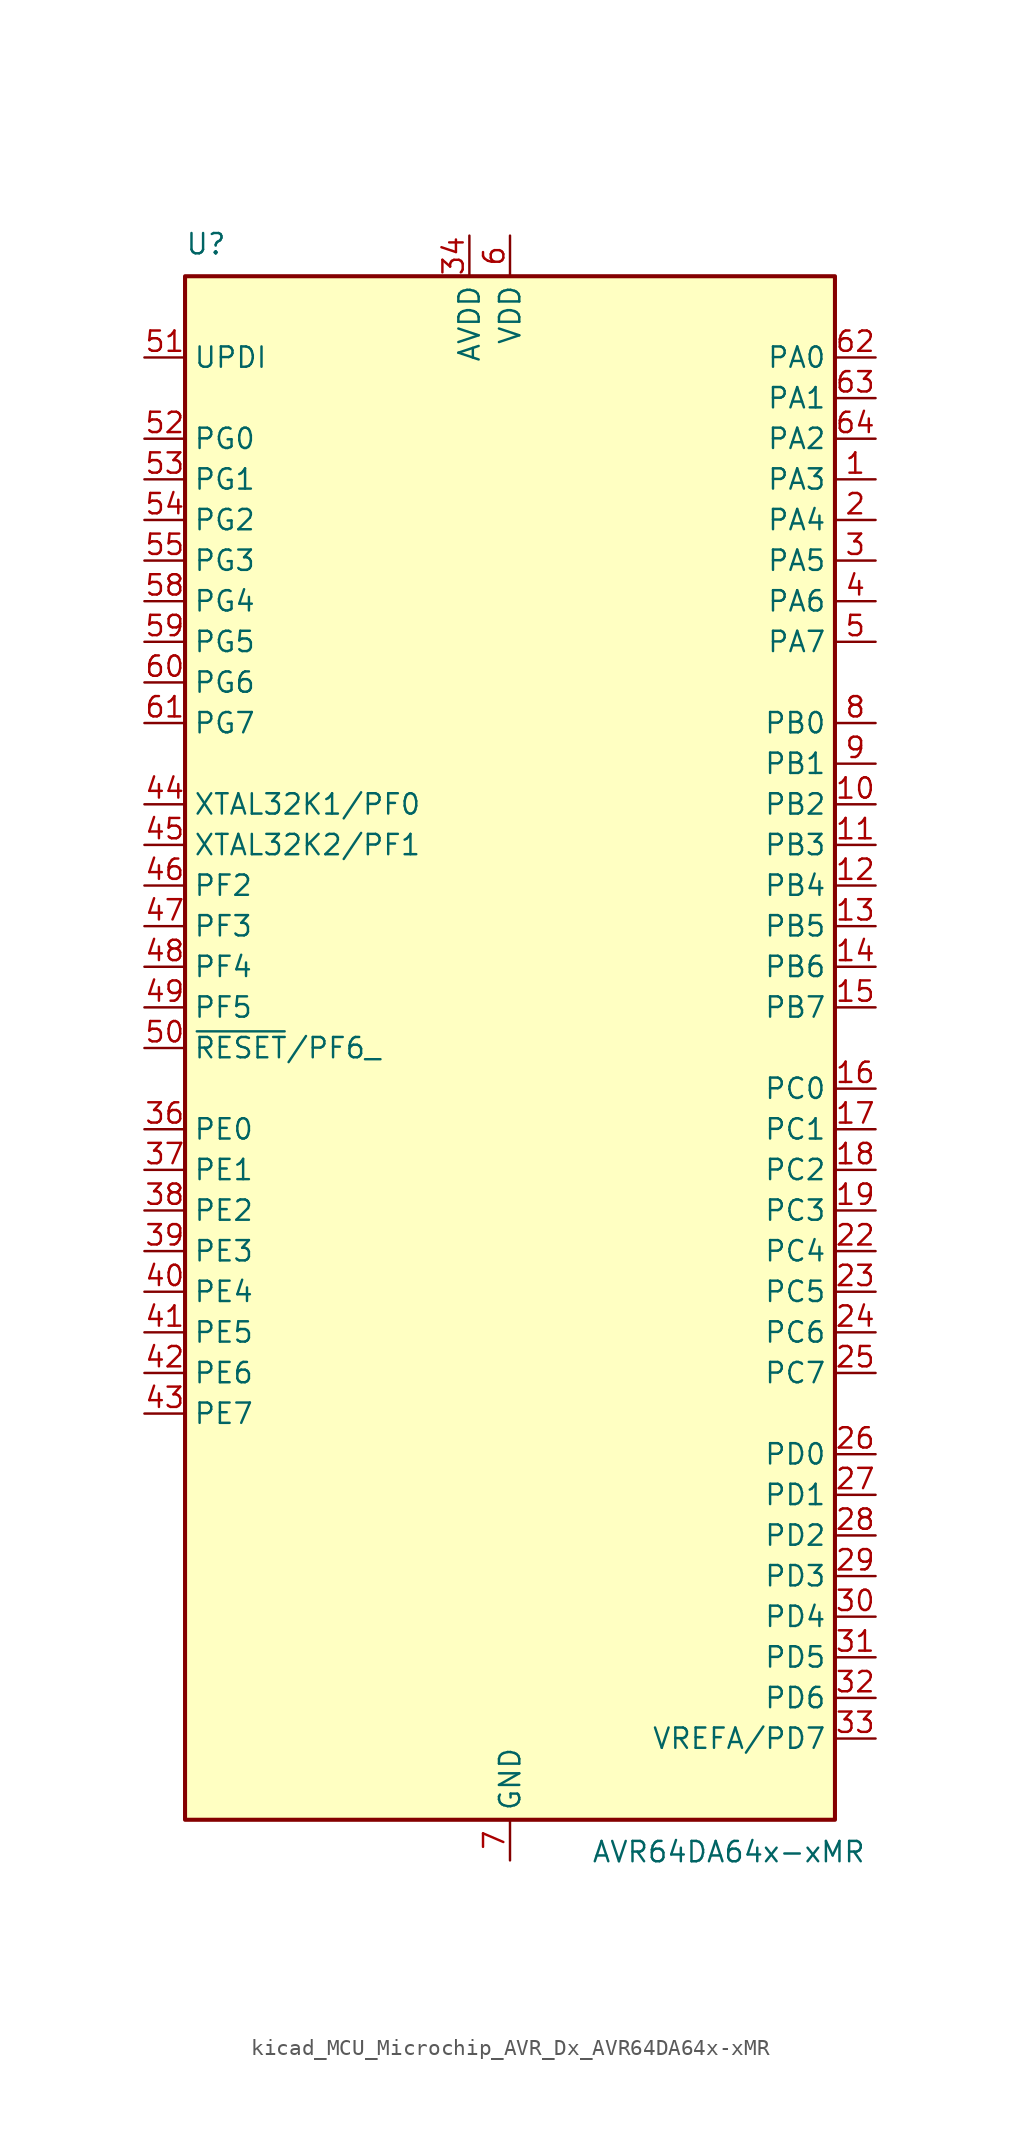
<source format=kicad_sym>
(kicad_symbol_lib
  (version 20220914)
  (generator kicad_symbol_editor)
  (symbol "kicad_MCU_Microchip_AVR_Dx_AVR64DA64x-xMR"
    (property "Reference" "U"
      (at -20.32 49.53 0)
      (effects (font (size 1.27 1.27)) (justify left bottom)))
    (property "Value" "AVR64DA64x-xMR"
      (at 5.08 -49.53 0)
      (effects (font (size 1.27 1.27)) (justify left top)))
    (symbol "kicad_MCU_Microchip_AVR_Dx_AVR64DA64x-xMR_0_1"
      (rectangle (start -20.32 48.26) (end 20.32 -48.26) (stroke (width 0.254) (type default)) (fill (type background))))
    (symbol "kicad_MCU_Microchip_AVR_Dx_AVR64DA64x-xMR_1_1"
      (pin bidirectional line (at 22.86 35.56 180) (length 2.54) (name "PA3" (effects (font (size 1.27 1.27)))) (number "1" (effects (font (size 1.27 1.27)))))
      (pin bidirectional line (at 22.86 15.24 180) (length 2.54) (name "PB2" (effects (font (size 1.27 1.27)))) (number "10" (effects (font (size 1.27 1.27)))))
      (pin bidirectional line (at 22.86 12.7 180) (length 2.54) (name "PB3" (effects (font (size 1.27 1.27)))) (number "11" (effects (font (size 1.27 1.27)))))
      (pin bidirectional line (at 22.86 10.16 180) (length 2.54) (name "PB4" (effects (font (size 1.27 1.27)))) (number "12" (effects (font (size 1.27 1.27)))))
      (pin bidirectional line (at 22.86 7.62 180) (length 2.54) (name "PB5" (effects (font (size 1.27 1.27)))) (number "13" (effects (font (size 1.27 1.27)))))
      (pin bidirectional line (at 22.86 5.08 180) (length 2.54) (name "PB6" (effects (font (size 1.27 1.27)))) (number "14" (effects (font (size 1.27 1.27)))))
      (pin bidirectional line (at 22.86 2.54 180) (length 2.54) (name "PB7" (effects (font (size 1.27 1.27)))) (number "15" (effects (font (size 1.27 1.27)))))
      (pin bidirectional line (at 22.86 -2.54 180) (length 2.54) (name "PC0" (effects (font (size 1.27 1.27)))) (number "16" (effects (font (size 1.27 1.27)))))
      (pin bidirectional line (at 22.86 -5.08 180) (length 2.54) (name "PC1" (effects (font (size 1.27 1.27)))) (number "17" (effects (font (size 1.27 1.27)))))
      (pin bidirectional line (at 22.86 -7.62 180) (length 2.54) (name "PC2" (effects (font (size 1.27 1.27)))) (number "18" (effects (font (size 1.27 1.27)))))
      (pin bidirectional line (at 22.86 -10.16 180) (length 2.54) (name "PC3" (effects (font (size 1.27 1.27)))) (number "19" (effects (font (size 1.27 1.27)))))
      (pin bidirectional line (at 22.86 33.02 180) (length 2.54) (name "PA4" (effects (font (size 1.27 1.27)))) (number "2" (effects (font (size 1.27 1.27)))))
      (pin passive line (at 0 50.8 270) (length 2.54) hide (name "VDD" (effects (font (size 1.27 1.27)))) (number "20" (effects (font (size 1.27 1.27)))))
      (pin passive line (at 0 -50.8 90) (length 2.54) hide (name "GND" (effects (font (size 1.27 1.27)))) (number "21" (effects (font (size 1.27 1.27)))))
      (pin bidirectional line (at 22.86 -12.7 180) (length 2.54) (name "PC4" (effects (font (size 1.27 1.27)))) (number "22" (effects (font (size 1.27 1.27)))))
      (pin bidirectional line (at 22.86 -15.24 180) (length 2.54) (name "PC5" (effects (font (size 1.27 1.27)))) (number "23" (effects (font (size 1.27 1.27)))))
      (pin bidirectional line (at 22.86 -17.78 180) (length 2.54) (name "PC6" (effects (font (size 1.27 1.27)))) (number "24" (effects (font (size 1.27 1.27)))))
      (pin bidirectional line (at 22.86 -20.32 180) (length 2.54) (name "PC7" (effects (font (size 1.27 1.27)))) (number "25" (effects (font (size 1.27 1.27)))))
      (pin bidirectional line (at 22.86 -25.4 180) (length 2.54) (name "PD0" (effects (font (size 1.27 1.27)))) (number "26" (effects (font (size 1.27 1.27)))))
      (pin bidirectional line (at 22.86 -27.94 180) (length 2.54) (name "PD1" (effects (font (size 1.27 1.27)))) (number "27" (effects (font (size 1.27 1.27)))))
      (pin bidirectional line (at 22.86 -30.48 180) (length 2.54) (name "PD2" (effects (font (size 1.27 1.27)))) (number "28" (effects (font (size 1.27 1.27)))))
      (pin bidirectional line (at 22.86 -33.02 180) (length 2.54) (name "PD3" (effects (font (size 1.27 1.27)))) (number "29" (effects (font (size 1.27 1.27)))))
      (pin bidirectional line (at 22.86 30.48 180) (length 2.54) (name "PA5" (effects (font (size 1.27 1.27)))) (number "3" (effects (font (size 1.27 1.27)))))
      (pin bidirectional line (at 22.86 -35.56 180) (length 2.54) (name "PD4" (effects (font (size 1.27 1.27)))) (number "30" (effects (font (size 1.27 1.27)))))
      (pin bidirectional line (at 22.86 -38.1 180) (length 2.54) (name "PD5" (effects (font (size 1.27 1.27)))) (number "31" (effects (font (size 1.27 1.27)))))
      (pin bidirectional line (at 22.86 -40.64 180) (length 2.54) (name "PD6" (effects (font (size 1.27 1.27)))) (number "32" (effects (font (size 1.27 1.27)))))
      (pin bidirectional line (at 22.86 -43.18 180) (length 2.54) (name "VREFA/PD7" (effects (font (size 1.27 1.27)))) (number "33" (effects (font (size 1.27 1.27)))))
      (pin power_in line (at -2.54 50.8 270) (length 2.54) (name "AVDD" (effects (font (size 1.27 1.27)))) (number "34" (effects (font (size 1.27 1.27)))))
      (pin passive line (at 0 -50.8 90) (length 2.54) hide (name "GND" (effects (font (size 1.27 1.27)))) (number "35" (effects (font (size 1.27 1.27)))))
      (pin bidirectional line (at -22.86 -5.08 0) (length 2.54) (name "PE0" (effects (font (size 1.27 1.27)))) (number "36" (effects (font (size 1.27 1.27)))))
      (pin bidirectional line (at -22.86 -7.62 0) (length 2.54) (name "PE1" (effects (font (size 1.27 1.27)))) (number "37" (effects (font (size 1.27 1.27)))))
      (pin bidirectional line (at -22.86 -10.16 0) (length 2.54) (name "PE2" (effects (font (size 1.27 1.27)))) (number "38" (effects (font (size 1.27 1.27)))))
      (pin bidirectional line (at -22.86 -12.7 0) (length 2.54) (name "PE3" (effects (font (size 1.27 1.27)))) (number "39" (effects (font (size 1.27 1.27)))))
      (pin bidirectional line (at 22.86 27.94 180) (length 2.54) (name "PA6" (effects (font (size 1.27 1.27)))) (number "4" (effects (font (size 1.27 1.27)))))
      (pin bidirectional line (at -22.86 -15.24 0) (length 2.54) (name "PE4" (effects (font (size 1.27 1.27)))) (number "40" (effects (font (size 1.27 1.27)))))
      (pin bidirectional line (at -22.86 -17.78 0) (length 2.54) (name "PE5" (effects (font (size 1.27 1.27)))) (number "41" (effects (font (size 1.27 1.27)))))
      (pin bidirectional line (at -22.86 -20.32 0) (length 2.54) (name "PE6" (effects (font (size 1.27 1.27)))) (number "42" (effects (font (size 1.27 1.27)))))
      (pin bidirectional line (at -22.86 -22.86 0) (length 2.54) (name "PE7" (effects (font (size 1.27 1.27)))) (number "43" (effects (font (size 1.27 1.27)))))
      (pin bidirectional line (at -22.86 15.24 0) (length 2.54) (name "XTAL32K1/PF0" (effects (font (size 1.27 1.27)))) (number "44" (effects (font (size 1.27 1.27)))))
      (pin bidirectional line (at -22.86 12.7 0) (length 2.54) (name "XTAL32K2/PF1" (effects (font (size 1.27 1.27)))) (number "45" (effects (font (size 1.27 1.27)))))
      (pin bidirectional line (at -22.86 10.16 0) (length 2.54) (name "PF2" (effects (font (size 1.27 1.27)))) (number "46" (effects (font (size 1.27 1.27)))))
      (pin bidirectional line (at -22.86 7.62 0) (length 2.54) (name "PF3" (effects (font (size 1.27 1.27)))) (number "47" (effects (font (size 1.27 1.27)))))
      (pin bidirectional line (at -22.86 5.08 0) (length 2.54) (name "PF4" (effects (font (size 1.27 1.27)))) (number "48" (effects (font (size 1.27 1.27)))))
      (pin bidirectional line (at -22.86 2.54 0) (length 2.54) (name "PF5" (effects (font (size 1.27 1.27)))) (number "49" (effects (font (size 1.27 1.27)))))
      (pin bidirectional line (at 22.86 25.4 180) (length 2.54) (name "PA7" (effects (font (size 1.27 1.27)))) (number "5" (effects (font (size 1.27 1.27)))))
      (pin bidirectional line (at -22.86 0 0) (length 2.54) (name "~{RESET}/PF6_" (effects (font (size 1.27 1.27)))) (number "50" (effects (font (size 1.27 1.27)))))
      (pin input line (at -22.86 43.18 0) (length 2.54) (name "UPDI" (effects (font (size 1.27 1.27)))) (number "51" (effects (font (size 1.27 1.27)))))
      (pin bidirectional line (at -22.86 38.1 0) (length 2.54) (name "PG0" (effects (font (size 1.27 1.27)))) (number "52" (effects (font (size 1.27 1.27)))))
      (pin bidirectional line (at -22.86 35.56 0) (length 2.54) (name "PG1" (effects (font (size 1.27 1.27)))) (number "53" (effects (font (size 1.27 1.27)))))
      (pin bidirectional line (at -22.86 33.02 0) (length 2.54) (name "PG2" (effects (font (size 1.27 1.27)))) (number "54" (effects (font (size 1.27 1.27)))))
      (pin bidirectional line (at -22.86 30.48 0) (length 2.54) (name "PG3" (effects (font (size 1.27 1.27)))) (number "55" (effects (font (size 1.27 1.27)))))
      (pin passive line (at 0 50.8 270) (length 2.54) hide (name "VDD" (effects (font (size 1.27 1.27)))) (number "56" (effects (font (size 1.27 1.27)))))
      (pin passive line (at 0 -50.8 90) (length 2.54) hide (name "GND" (effects (font (size 1.27 1.27)))) (number "57" (effects (font (size 1.27 1.27)))))
      (pin bidirectional line (at -22.86 27.94 0) (length 2.54) (name "PG4" (effects (font (size 1.27 1.27)))) (number "58" (effects (font (size 1.27 1.27)))))
      (pin bidirectional line (at -22.86 25.4 0) (length 2.54) (name "PG5" (effects (font (size 1.27 1.27)))) (number "59" (effects (font (size 1.27 1.27)))))
      (pin power_in line (at 0 50.8 270) (length 2.54) (name "VDD" (effects (font (size 1.27 1.27)))) (number "6" (effects (font (size 1.27 1.27)))))
      (pin bidirectional line (at -22.86 22.86 0) (length 2.54) (name "PG6" (effects (font (size 1.27 1.27)))) (number "60" (effects (font (size 1.27 1.27)))))
      (pin bidirectional line (at -22.86 20.32 0) (length 2.54) (name "PG7" (effects (font (size 1.27 1.27)))) (number "61" (effects (font (size 1.27 1.27)))))
      (pin bidirectional line (at 22.86 43.18 180) (length 2.54) (name "PA0" (effects (font (size 1.27 1.27)))) (number "62" (effects (font (size 1.27 1.27)))))
      (pin bidirectional line (at 22.86 40.64 180) (length 2.54) (name "PA1" (effects (font (size 1.27 1.27)))) (number "63" (effects (font (size 1.27 1.27)))))
      (pin bidirectional line (at 22.86 38.1 180) (length 2.54) (name "PA2" (effects (font (size 1.27 1.27)))) (number "64" (effects (font (size 1.27 1.27)))))
      (pin passive line (at 0 -50.8 90) (length 2.54) hide (name "GND" (effects (font (size 1.27 1.27)))) (number "65" (effects (font (size 1.27 1.27)))))
      (pin power_in line (at 0 -50.8 90) (length 2.54) (name "GND" (effects (font (size 1.27 1.27)))) (number "7" (effects (font (size 1.27 1.27)))))
      (pin bidirectional line (at 22.86 20.32 180) (length 2.54) (name "PB0" (effects (font (size 1.27 1.27)))) (number "8" (effects (font (size 1.27 1.27)))))
      (pin bidirectional line (at 22.86 17.78 180) (length 2.54) (name "PB1" (effects (font (size 1.27 1.27)))) (number "9" (effects (font (size 1.27 1.27))))))))
</source>
